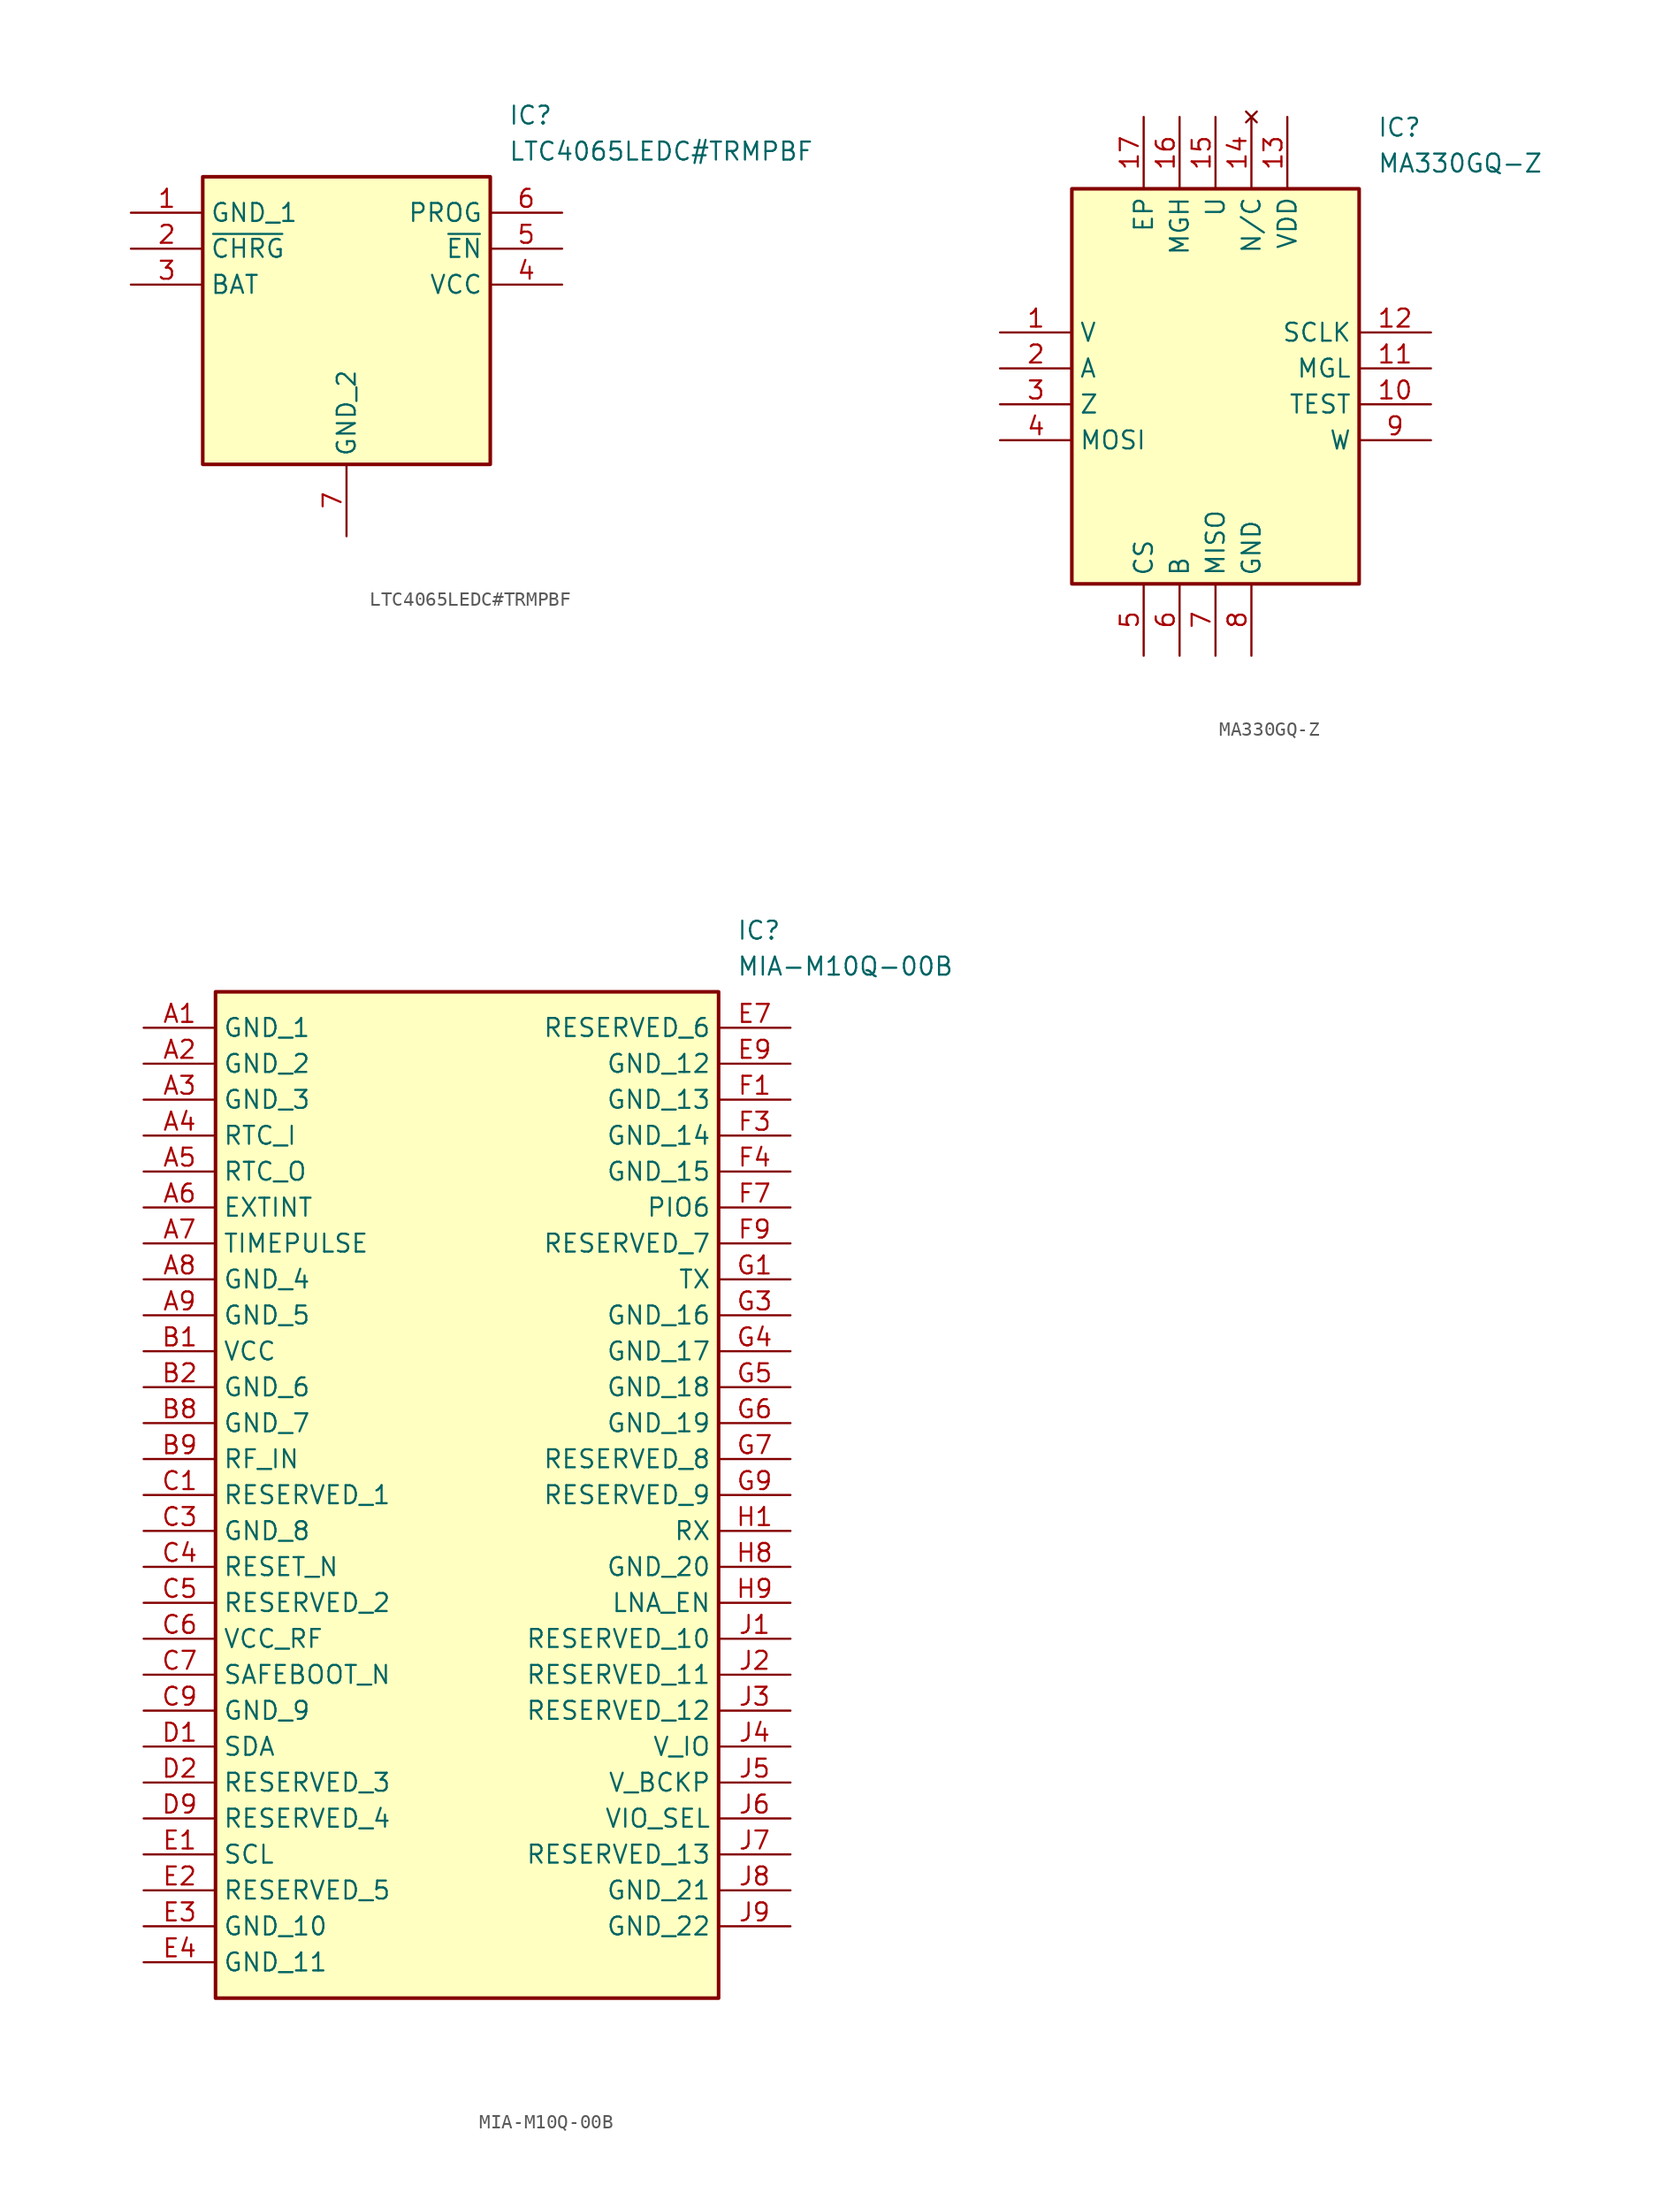
<source format=kicad_sym>
(kicad_symbol_lib
  (version 20241209)
  (generator "kicad_symbol_editor")
  (generator_version "9.0")
  (symbol "LTC4065LEDC#TRMPBF"
    (property "Reference" "IC"
      (at 26.67 7.62 0)
      (effects (font (size 1.27 1.27)) (justify left top)))
    (property "Value" "LTC4065LEDC#TRMPBF"
      (at 26.67 5.08 0)
      (effects (font (size 1.27 1.27)) (justify left top)))
    (symbol "LTC4065LEDC#TRMPBF_1_1"
      (rectangle (start 5.08 2.54) (end 25.4 -17.78) (stroke (width 0.254) (type default)) (fill (type background)))
      (pin passive line (at 0 0 0) (length 5.08) (name "GND_1" (effects (font (size 1.27 1.27)))) (number "1" (effects (font (size 1.27 1.27)))))
      (pin passive line (at 0 -2.54 0) (length 5.08) (name "~{CHRG}" (effects (font (size 1.27 1.27)))) (number "2" (effects (font (size 1.27 1.27)))))
      (pin passive line (at 0 -5.08 0) (length 5.08) (name "BAT" (effects (font (size 1.27 1.27)))) (number "3" (effects (font (size 1.27 1.27)))))
      (pin passive line (at 15.24 -22.86 90) (length 5.08) (name "GND_2" (effects (font (size 1.27 1.27)))) (number "7" (effects (font (size 1.27 1.27)))))
      (pin passive line (at 30.48 0 180) (length 5.08) (name "PROG" (effects (font (size 1.27 1.27)))) (number "6" (effects (font (size 1.27 1.27)))))
      (pin passive line (at 30.48 -2.54 180) (length 5.08) (name "~{EN}" (effects (font (size 1.27 1.27)))) (number "5" (effects (font (size 1.27 1.27)))))
      (pin passive line (at 30.48 -5.08 180) (length 5.08) (name "VCC" (effects (font (size 1.27 1.27)))) (number "4" (effects (font (size 1.27 1.27)))))))
  (symbol "MA330GQ-Z"
    (property "Reference" "IC"
      (at 26.67 15.24 0)
      (effects (font (size 1.27 1.27)) (justify left top)))
    (property "Value" "MA330GQ-Z"
      (at 26.67 12.7 0)
      (effects (font (size 1.27 1.27)) (justify left top)))
    (symbol "MA330GQ-Z_1_1"
      (rectangle (start 5.08 10.16) (end 25.4 -17.78) (stroke (width 0.254) (type default)) (fill (type background)))
      (pin passive line (at 0 0 0) (length 5.08) (name "V" (effects (font (size 1.27 1.27)))) (number "1" (effects (font (size 1.27 1.27)))))
      (pin passive line (at 0 -2.54 0) (length 5.08) (name "A" (effects (font (size 1.27 1.27)))) (number "2" (effects (font (size 1.27 1.27)))))
      (pin passive line (at 0 -5.08 0) (length 5.08) (name "Z" (effects (font (size 1.27 1.27)))) (number "3" (effects (font (size 1.27 1.27)))))
      (pin passive line (at 0 -7.62 0) (length 5.08) (name "MOSI" (effects (font (size 1.27 1.27)))) (number "4" (effects (font (size 1.27 1.27)))))
      (pin passive line (at 10.16 15.24 270) (length 5.08) (name "EP" (effects (font (size 1.27 1.27)))) (number "17" (effects (font (size 1.27 1.27)))))
      (pin passive line (at 10.16 -22.86 90) (length 5.08) (name "CS" (effects (font (size 1.27 1.27)))) (number "5" (effects (font (size 1.27 1.27)))))
      (pin passive line (at 12.7 15.24 270) (length 5.08) (name "MGH" (effects (font (size 1.27 1.27)))) (number "16" (effects (font (size 1.27 1.27)))))
      (pin passive line (at 12.7 -22.86 90) (length 5.08) (name "B" (effects (font (size 1.27 1.27)))) (number "6" (effects (font (size 1.27 1.27)))))
      (pin passive line (at 15.24 15.24 270) (length 5.08) (name "U" (effects (font (size 1.27 1.27)))) (number "15" (effects (font (size 1.27 1.27)))))
      (pin passive line (at 15.24 -22.86 90) (length 5.08) (name "MISO" (effects (font (size 1.27 1.27)))) (number "7" (effects (font (size 1.27 1.27)))))
      (pin no_connect line (at 17.78 15.24 270) (length 5.08) (name "N/C" (effects (font (size 1.27 1.27)))) (number "14" (effects (font (size 1.27 1.27)))))
      (pin passive line (at 17.78 -22.86 90) (length 5.08) (name "GND" (effects (font (size 1.27 1.27)))) (number "8" (effects (font (size 1.27 1.27)))))
      (pin passive line (at 20.32 15.24 270) (length 5.08) (name "VDD" (effects (font (size 1.27 1.27)))) (number "13" (effects (font (size 1.27 1.27)))))
      (pin passive line (at 30.48 0 180) (length 5.08) (name "SCLK" (effects (font (size 1.27 1.27)))) (number "12" (effects (font (size 1.27 1.27)))))
      (pin passive line (at 30.48 -2.54 180) (length 5.08) (name "MGL" (effects (font (size 1.27 1.27)))) (number "11" (effects (font (size 1.27 1.27)))))
      (pin passive line (at 30.48 -5.08 180) (length 5.08) (name "TEST" (effects (font (size 1.27 1.27)))) (number "10" (effects (font (size 1.27 1.27)))))
      (pin passive line (at 30.48 -7.62 180) (length 5.08) (name "W" (effects (font (size 1.27 1.27)))) (number "9" (effects (font (size 1.27 1.27)))))))
  (symbol "MIA-M10Q-00B"
    (property "Reference" "IC"
      (at 41.91 7.62 0)
      (effects (font (size 1.27 1.27)) (justify left top)))
    (property "Value" "MIA-M10Q-00B"
      (at 41.91 5.08 0)
      (effects (font (size 1.27 1.27)) (justify left top)))
    (symbol "MIA-M10Q-00B_1_1"
      (rectangle (start 5.08 2.54) (end 40.64 -68.58) (stroke (width 0.254) (type default)) (fill (type background)))
      (pin passive line (at 0 0 0) (length 5.08) (name "GND_1" (effects (font (size 1.27 1.27)))) (number "A1" (effects (font (size 1.27 1.27)))))
      (pin passive line (at 0 -2.54 0) (length 5.08) (name "GND_2" (effects (font (size 1.27 1.27)))) (number "A2" (effects (font (size 1.27 1.27)))))
      (pin passive line (at 0 -5.08 0) (length 5.08) (name "GND_3" (effects (font (size 1.27 1.27)))) (number "A3" (effects (font (size 1.27 1.27)))))
      (pin passive line (at 0 -7.62 0) (length 5.08) (name "RTC_I" (effects (font (size 1.27 1.27)))) (number "A4" (effects (font (size 1.27 1.27)))))
      (pin passive line (at 0 -10.16 0) (length 5.08) (name "RTC_O" (effects (font (size 1.27 1.27)))) (number "A5" (effects (font (size 1.27 1.27)))))
      (pin passive line (at 0 -12.7 0) (length 5.08) (name "EXTINT" (effects (font (size 1.27 1.27)))) (number "A6" (effects (font (size 1.27 1.27)))))
      (pin passive line (at 0 -15.24 0) (length 5.08) (name "TIMEPULSE" (effects (font (size 1.27 1.27)))) (number "A7" (effects (font (size 1.27 1.27)))))
      (pin passive line (at 0 -17.78 0) (length 5.08) (name "GND_4" (effects (font (size 1.27 1.27)))) (number "A8" (effects (font (size 1.27 1.27)))))
      (pin passive line (at 0 -20.32 0) (length 5.08) (name "GND_5" (effects (font (size 1.27 1.27)))) (number "A9" (effects (font (size 1.27 1.27)))))
      (pin passive line (at 0 -22.86 0) (length 5.08) (name "VCC" (effects (font (size 1.27 1.27)))) (number "B1" (effects (font (size 1.27 1.27)))))
      (pin passive line (at 0 -25.4 0) (length 5.08) (name "GND_6" (effects (font (size 1.27 1.27)))) (number "B2" (effects (font (size 1.27 1.27)))))
      (pin passive line (at 0 -27.94 0) (length 5.08) (name "GND_7" (effects (font (size 1.27 1.27)))) (number "B8" (effects (font (size 1.27 1.27)))))
      (pin passive line (at 0 -30.48 0) (length 5.08) (name "RF_IN" (effects (font (size 1.27 1.27)))) (number "B9" (effects (font (size 1.27 1.27)))))
      (pin passive line (at 0 -33.02 0) (length 5.08) (name "RESERVED_1" (effects (font (size 1.27 1.27)))) (number "C1" (effects (font (size 1.27 1.27)))))
      (pin passive line (at 0 -35.56 0) (length 5.08) (name "GND_8" (effects (font (size 1.27 1.27)))) (number "C3" (effects (font (size 1.27 1.27)))))
      (pin passive line (at 0 -38.1 0) (length 5.08) (name "RESET_N" (effects (font (size 1.27 1.27)))) (number "C4" (effects (font (size 1.27 1.27)))))
      (pin passive line (at 0 -40.64 0) (length 5.08) (name "RESERVED_2" (effects (font (size 1.27 1.27)))) (number "C5" (effects (font (size 1.27 1.27)))))
      (pin passive line (at 0 -43.18 0) (length 5.08) (name "VCC_RF" (effects (font (size 1.27 1.27)))) (number "C6" (effects (font (size 1.27 1.27)))))
      (pin passive line (at 0 -45.72 0) (length 5.08) (name "SAFEBOOT_N" (effects (font (size 1.27 1.27)))) (number "C7" (effects (font (size 1.27 1.27)))))
      (pin passive line (at 0 -48.26 0) (length 5.08) (name "GND_9" (effects (font (size 1.27 1.27)))) (number "C9" (effects (font (size 1.27 1.27)))))
      (pin passive line (at 0 -50.8 0) (length 5.08) (name "SDA" (effects (font (size 1.27 1.27)))) (number "D1" (effects (font (size 1.27 1.27)))))
      (pin passive line (at 0 -53.34 0) (length 5.08) (name "RESERVED_3" (effects (font (size 1.27 1.27)))) (number "D2" (effects (font (size 1.27 1.27)))))
      (pin passive line (at 0 -55.88 0) (length 5.08) (name "RESERVED_4" (effects (font (size 1.27 1.27)))) (number "D9" (effects (font (size 1.27 1.27)))))
      (pin passive line (at 0 -58.42 0) (length 5.08) (name "SCL" (effects (font (size 1.27 1.27)))) (number "E1" (effects (font (size 1.27 1.27)))))
      (pin passive line (at 0 -60.96 0) (length 5.08) (name "RESERVED_5" (effects (font (size 1.27 1.27)))) (number "E2" (effects (font (size 1.27 1.27)))))
      (pin passive line (at 0 -63.5 0) (length 5.08) (name "GND_10" (effects (font (size 1.27 1.27)))) (number "E3" (effects (font (size 1.27 1.27)))))
      (pin passive line (at 0 -66.04 0) (length 5.08) (name "GND_11" (effects (font (size 1.27 1.27)))) (number "E4" (effects (font (size 1.27 1.27)))))
      (pin passive line (at 45.72 0 180) (length 5.08) (name "RESERVED_6" (effects (font (size 1.27 1.27)))) (number "E7" (effects (font (size 1.27 1.27)))))
      (pin passive line (at 45.72 -2.54 180) (length 5.08) (name "GND_12" (effects (font (size 1.27 1.27)))) (number "E9" (effects (font (size 1.27 1.27)))))
      (pin passive line (at 45.72 -5.08 180) (length 5.08) (name "GND_13" (effects (font (size 1.27 1.27)))) (number "F1" (effects (font (size 1.27 1.27)))))
      (pin passive line (at 45.72 -7.62 180) (length 5.08) (name "GND_14" (effects (font (size 1.27 1.27)))) (number "F3" (effects (font (size 1.27 1.27)))))
      (pin passive line (at 45.72 -10.16 180) (length 5.08) (name "GND_15" (effects (font (size 1.27 1.27)))) (number "F4" (effects (font (size 1.27 1.27)))))
      (pin passive line (at 45.72 -12.7 180) (length 5.08) (name "PIO6" (effects (font (size 1.27 1.27)))) (number "F7" (effects (font (size 1.27 1.27)))))
      (pin passive line (at 45.72 -15.24 180) (length 5.08) (name "RESERVED_7" (effects (font (size 1.27 1.27)))) (number "F9" (effects (font (size 1.27 1.27)))))
      (pin passive line (at 45.72 -17.78 180) (length 5.08) (name "TX" (effects (font (size 1.27 1.27)))) (number "G1" (effects (font (size 1.27 1.27)))))
      (pin passive line (at 45.72 -20.32 180) (length 5.08) (name "GND_16" (effects (font (size 1.27 1.27)))) (number "G3" (effects (font (size 1.27 1.27)))))
      (pin passive line (at 45.72 -22.86 180) (length 5.08) (name "GND_17" (effects (font (size 1.27 1.27)))) (number "G4" (effects (font (size 1.27 1.27)))))
      (pin passive line (at 45.72 -25.4 180) (length 5.08) (name "GND_18" (effects (font (size 1.27 1.27)))) (number "G5" (effects (font (size 1.27 1.27)))))
      (pin passive line (at 45.72 -27.94 180) (length 5.08) (name "GND_19" (effects (font (size 1.27 1.27)))) (number "G6" (effects (font (size 1.27 1.27)))))
      (pin passive line (at 45.72 -30.48 180) (length 5.08) (name "RESERVED_8" (effects (font (size 1.27 1.27)))) (number "G7" (effects (font (size 1.27 1.27)))))
      (pin passive line (at 45.72 -33.02 180) (length 5.08) (name "RESERVED_9" (effects (font (size 1.27 1.27)))) (number "G9" (effects (font (size 1.27 1.27)))))
      (pin passive line (at 45.72 -35.56 180) (length 5.08) (name "RX" (effects (font (size 1.27 1.27)))) (number "H1" (effects (font (size 1.27 1.27)))))
      (pin passive line (at 45.72 -38.1 180) (length 5.08) (name "GND_20" (effects (font (size 1.27 1.27)))) (number "H8" (effects (font (size 1.27 1.27)))))
      (pin passive line (at 45.72 -40.64 180) (length 5.08) (name "LNA_EN" (effects (font (size 1.27 1.27)))) (number "H9" (effects (font (size 1.27 1.27)))))
      (pin passive line (at 45.72 -43.18 180) (length 5.08) (name "RESERVED_10" (effects (font (size 1.27 1.27)))) (number "J1" (effects (font (size 1.27 1.27)))))
      (pin passive line (at 45.72 -45.72 180) (length 5.08) (name "RESERVED_11" (effects (font (size 1.27 1.27)))) (number "J2" (effects (font (size 1.27 1.27)))))
      (pin passive line (at 45.72 -48.26 180) (length 5.08) (name "RESERVED_12" (effects (font (size 1.27 1.27)))) (number "J3" (effects (font (size 1.27 1.27)))))
      (pin passive line (at 45.72 -50.8 180) (length 5.08) (name "V_IO" (effects (font (size 1.27 1.27)))) (number "J4" (effects (font (size 1.27 1.27)))))
      (pin passive line (at 45.72 -53.34 180) (length 5.08) (name "V_BCKP" (effects (font (size 1.27 1.27)))) (number "J5" (effects (font (size 1.27 1.27)))))
      (pin passive line (at 45.72 -55.88 180) (length 5.08) (name "VIO_SEL" (effects (font (size 1.27 1.27)))) (number "J6" (effects (font (size 1.27 1.27)))))
      (pin passive line (at 45.72 -58.42 180) (length 5.08) (name "RESERVED_13" (effects (font (size 1.27 1.27)))) (number "J7" (effects (font (size 1.27 1.27)))))
      (pin passive line (at 45.72 -60.96 180) (length 5.08) (name "GND_21" (effects (font (size 1.27 1.27)))) (number "J8" (effects (font (size 1.27 1.27)))))
      (pin passive line (at 45.72 -63.5 180) (length 5.08) (name "GND_22" (effects (font (size 1.27 1.27)))) (number "J9" (effects (font (size 1.27 1.27))))))))
</source>
